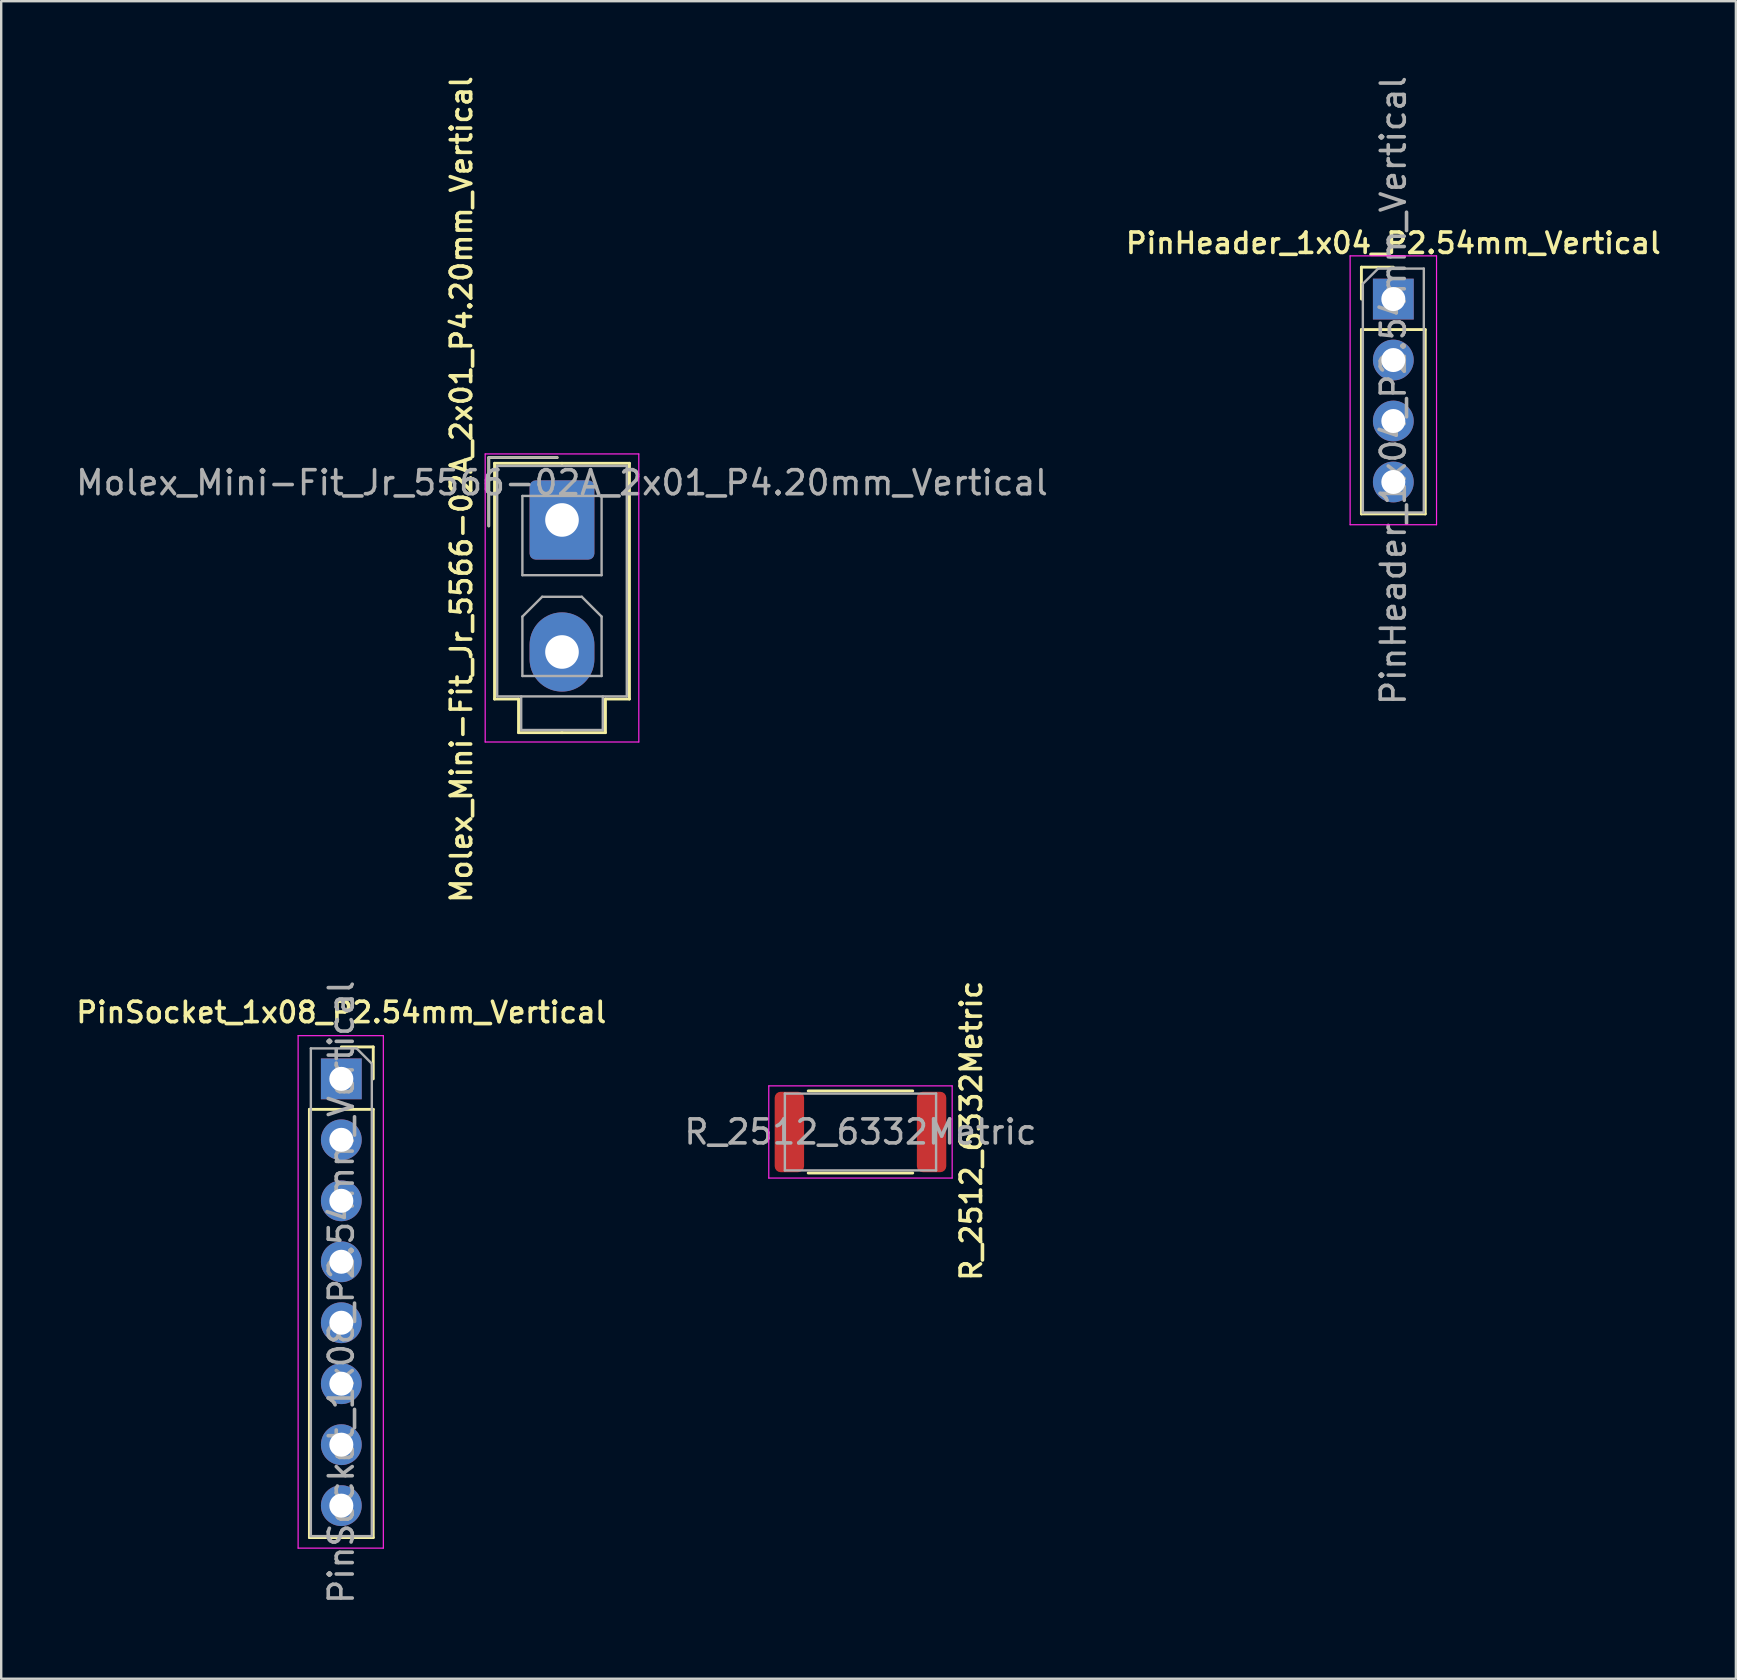
<source format=kicad_pcb>
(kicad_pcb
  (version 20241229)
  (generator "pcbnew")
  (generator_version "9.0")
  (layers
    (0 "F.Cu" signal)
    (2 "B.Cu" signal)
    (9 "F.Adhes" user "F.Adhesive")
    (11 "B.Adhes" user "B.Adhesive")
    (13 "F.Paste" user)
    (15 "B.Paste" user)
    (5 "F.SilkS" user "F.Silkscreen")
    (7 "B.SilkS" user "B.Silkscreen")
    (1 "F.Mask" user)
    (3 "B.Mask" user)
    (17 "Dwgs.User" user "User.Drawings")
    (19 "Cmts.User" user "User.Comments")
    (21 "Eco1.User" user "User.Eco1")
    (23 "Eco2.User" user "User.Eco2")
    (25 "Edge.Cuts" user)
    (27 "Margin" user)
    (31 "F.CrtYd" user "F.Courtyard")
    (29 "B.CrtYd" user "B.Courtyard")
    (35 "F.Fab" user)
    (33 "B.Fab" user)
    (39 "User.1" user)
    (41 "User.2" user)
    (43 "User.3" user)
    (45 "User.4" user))
  (footprint "R_2512_6332Metric"
    (layer "F.Cu")
    (at 32.798 44.109)
    (property "Reference" "R_2512_6332Metric" (at 4.615 -0.051 90) (layer "F.SilkS") (effects (font (size 0.85 0.85) (thickness 0.15))))
    (attr smd)
    (fp_line (start -2.177 -1.71) (end 2.177 -1.71) (stroke (width 0.12) (type solid)) (layer "F.SilkS"))
    (fp_line (start -2.177 1.71) (end 2.177 1.71) (stroke (width 0.12) (type solid)) (layer "F.SilkS"))
    (fp_line (start -3.82 -1.92) (end 3.82 -1.92) (stroke (width 0.05) (type solid)) (layer "F.CrtYd"))
    (fp_line (start -3.82 1.92) (end -3.82 -1.92) (stroke (width 0.05) (type solid)) (layer "F.CrtYd"))
    (fp_line (start 3.82 -1.92) (end 3.82 1.92) (stroke (width 0.05) (type solid)) (layer "F.CrtYd"))
    (fp_line (start 3.82 1.92) (end -3.82 1.92) (stroke (width 0.05) (type solid)) (layer "F.CrtYd"))
    (fp_line (start -3.15 -1.6) (end 3.15 -1.6) (stroke (width 0.1) (type solid)) (layer "F.Fab"))
    (fp_line (start -3.15 1.6) (end -3.15 -1.6) (stroke (width 0.1) (type solid)) (layer "F.Fab"))
    (fp_line (start 3.15 -1.6) (end 3.15 1.6) (stroke (width 0.1) (type solid)) (layer "F.Fab"))
    (fp_line (start 3.15 1.6) (end -3.15 1.6) (stroke (width 0.1) (type solid)) (layer "F.Fab"))
    (fp_text user "${REFERENCE}" (at 0 0 0) (layer "F.Fab") (effects (font (size 1 1) (thickness 0.15))))
    (pad "1" smd roundrect (at -2.962 0) (size 1.225 3.35) (layers "F.Cu" "F.Mask" "F.Paste") (roundrect_rratio 0.204))
    (pad "2" smd roundrect (at 2.962 0) (size 1.225 3.35) (layers "F.Cu" "F.Mask" "F.Paste") (roundrect_rratio 0.204)))
  (footprint "PinHeader_1x04_P2.54mm_Vertical"
    (layer "F.Cu")
    (at 54.997 9.41)
    (property "Reference" "PinHeader_1x04_P2.54mm_Vertical" (at 0 -2.33 0) (layer "F.SilkS") (effects (font (size 0.85 0.85) (thickness 0.15))))
    (attr through_hole)
    (fp_line (start -1.33 -1.33) (end 0 -1.33) (stroke (width 0.12) (type solid)) (layer "F.SilkS"))
    (fp_line (start -1.33 0) (end -1.33 -1.33) (stroke (width 0.12) (type solid)) (layer "F.SilkS"))
    (fp_line (start -1.33 1.27) (end -1.33 8.95) (stroke (width 0.12) (type solid)) (layer "F.SilkS"))
    (fp_line (start -1.33 1.27) (end 1.33 1.27) (stroke (width 0.12) (type solid)) (layer "F.SilkS"))
    (fp_line (start -1.33 8.95) (end 1.33 8.95) (stroke (width 0.12) (type solid)) (layer "F.SilkS"))
    (fp_line (start 1.33 1.27) (end 1.33 8.95) (stroke (width 0.12) (type solid)) (layer "F.SilkS"))
    (fp_line (start -1.8 -1.8) (end -1.8 9.4) (stroke (width 0.05) (type solid)) (layer "F.CrtYd"))
    (fp_line (start -1.8 9.4) (end 1.8 9.4) (stroke (width 0.05) (type solid)) (layer "F.CrtYd"))
    (fp_line (start 1.8 -1.8) (end -1.8 -1.8) (stroke (width 0.05) (type solid)) (layer "F.CrtYd"))
    (fp_line (start 1.8 9.4) (end 1.8 -1.8) (stroke (width 0.05) (type solid)) (layer "F.CrtYd"))
    (fp_line (start -1.27 -0.635) (end -0.635 -1.27) (stroke (width 0.1) (type solid)) (layer "F.Fab"))
    (fp_line (start -1.27 8.89) (end -1.27 -0.635) (stroke (width 0.1) (type solid)) (layer "F.Fab"))
    (fp_line (start -0.635 -1.27) (end 1.27 -1.27) (stroke (width 0.1) (type solid)) (layer "F.Fab"))
    (fp_line (start 1.27 -1.27) (end 1.27 8.89) (stroke (width 0.1) (type solid)) (layer "F.Fab"))
    (fp_line (start 1.27 8.89) (end -1.27 8.89) (stroke (width 0.1) (type solid)) (layer "F.Fab"))
    (fp_text user "${REFERENCE}" (at 0 3.81 90) (layer "F.Fab") (effects (font (size 1 1) (thickness 0.15))))
    (pad "1" thru_hole rect (at 0 0) (size 1.7 1.7) (drill 1) (layers "*.Cu" "*.Mask"))
    (pad "2" thru_hole oval (at 0 2.54) (size 1.7 1.7) (drill 1) (layers "*.Cu" "*.Mask"))
    (pad "3" thru_hole oval (at 0 5.08) (size 1.7 1.7) (drill 1) (layers "*.Cu" "*.Mask"))
    (pad "4" thru_hole oval (at 0 7.62) (size 1.7 1.7) (drill 1) (layers "*.Cu" "*.Mask")))
  (footprint "PinSocket_1x08_P2.54mm_Vertical"
    (layer "F.Cu")
    (at 11.17 41.896)
    (property "Reference" "PinSocket_1x08_P2.54mm_Vertical" (at 0 -2.77 0) (layer "F.SilkS") (effects (font (size 0.85 0.85) (thickness 0.15))))
    (attr through_hole)
    (fp_line (start -1.33 1.27) (end -1.33 19.11) (stroke (width 0.12) (type solid)) (layer "F.SilkS"))
    (fp_line (start -1.33 1.27) (end 1.33 1.27) (stroke (width 0.12) (type solid)) (layer "F.SilkS"))
    (fp_line (start -1.33 19.11) (end 1.33 19.11) (stroke (width 0.12) (type solid)) (layer "F.SilkS"))
    (fp_line (start 0 -1.33) (end 1.33 -1.33) (stroke (width 0.12) (type solid)) (layer "F.SilkS"))
    (fp_line (start 1.33 -1.33) (end 1.33 0) (stroke (width 0.12) (type solid)) (layer "F.SilkS"))
    (fp_line (start 1.33 1.27) (end 1.33 19.11) (stroke (width 0.12) (type solid)) (layer "F.SilkS"))
    (fp_line (start -1.8 -1.8) (end 1.75 -1.8) (stroke (width 0.05) (type solid)) (layer "F.CrtYd"))
    (fp_line (start -1.8 19.55) (end -1.8 -1.8) (stroke (width 0.05) (type solid)) (layer "F.CrtYd"))
    (fp_line (start 1.75 -1.8) (end 1.75 19.55) (stroke (width 0.05) (type solid)) (layer "F.CrtYd"))
    (fp_line (start 1.75 19.55) (end -1.8 19.55) (stroke (width 0.05) (type solid)) (layer "F.CrtYd"))
    (fp_line (start -1.27 -1.27) (end 0.635 -1.27) (stroke (width 0.1) (type solid)) (layer "F.Fab"))
    (fp_line (start -1.27 19.05) (end -1.27 -1.27) (stroke (width 0.1) (type solid)) (layer "F.Fab"))
    (fp_line (start 0.635 -1.27) (end 1.27 -0.635) (stroke (width 0.1) (type solid)) (layer "F.Fab"))
    (fp_line (start 1.27 -0.635) (end 1.27 19.05) (stroke (width 0.1) (type solid)) (layer "F.Fab"))
    (fp_line (start 1.27 19.05) (end -1.27 19.05) (stroke (width 0.1) (type solid)) (layer "F.Fab"))
    (fp_text user "${REFERENCE}" (at 0 8.89 270) (layer "F.Fab") (effects (font (size 1 1) (thickness 0.15))))
    (pad "1" thru_hole rect (at 0 0) (size 1.7 1.7) (drill 1) (layers "*.Cu" "*.Mask"))
    (pad "2" thru_hole oval (at 0 2.54) (size 1.7 1.7) (drill 1) (layers "*.Cu" "*.Mask"))
    (pad "3" thru_hole oval (at 0 5.08) (size 1.7 1.7) (drill 1) (layers "*.Cu" "*.Mask"))
    (pad "4" thru_hole oval (at 0 7.62) (size 1.7 1.7) (drill 1) (layers "*.Cu" "*.Mask"))
    (pad "5" thru_hole oval (at 0 10.16) (size 1.7 1.7) (drill 1) (layers "*.Cu" "*.Mask"))
    (pad "6" thru_hole oval (at 0 12.7) (size 1.7 1.7) (drill 1) (layers "*.Cu" "*.Mask"))
    (pad "7" thru_hole oval (at 0 15.24) (size 1.7 1.7) (drill 1) (layers "*.Cu" "*.Mask"))
    (pad "8" thru_hole oval (at 0 17.78) (size 1.7 1.7) (drill 1) (layers "*.Cu" "*.Mask")))
  (footprint "Molex_Mini-Fit_Jr_5566-02A_2x01_P4.20mm_Vertical"
    (layer "F.Cu")
    (at 20.363 18.612)
    (property "Reference" "Molex_Mini-Fit_Jr_5566-02A_2x01_P4.20mm_Vertical" (at -4.191 -1.27 90) (layer "F.SilkS") (effects (font (size 0.85 0.85) (thickness 0.15))))
    (attr through_hole)
    (fp_line (start -3.05 -2.6) (end -3.05 0.25) (stroke (width 0.12) (type solid)) (layer "F.SilkS"))
    (fp_line (start -2.81 -2.36) (end -2.81 7.46) (stroke (width 0.12) (type solid)) (layer "F.SilkS"))
    (fp_line (start -2.81 7.46) (end -1.81 7.46) (stroke (width 0.12) (type solid)) (layer "F.SilkS"))
    (fp_line (start -1.81 7.46) (end -1.81 8.86) (stroke (width 0.12) (type solid)) (layer "F.SilkS"))
    (fp_line (start -1.81 8.86) (end 0 8.86) (stroke (width 0.12) (type solid)) (layer "F.SilkS"))
    (fp_line (start -0.2 -2.6) (end -3.05 -2.6) (stroke (width 0.12) (type solid)) (layer "F.SilkS"))
    (fp_line (start 0 -2.36) (end -2.81 -2.36) (stroke (width 0.12) (type solid)) (layer "F.SilkS"))
    (fp_line (start 0 -2.36) (end 2.81 -2.36) (stroke (width 0.12) (type solid)) (layer "F.SilkS"))
    (fp_line (start 1.81 7.46) (end 1.81 8.86) (stroke (width 0.12) (type solid)) (layer "F.SilkS"))
    (fp_line (start 1.81 8.86) (end 0 8.86) (stroke (width 0.12) (type solid)) (layer "F.SilkS"))
    (fp_line (start 2.81 -2.36) (end 2.81 7.46) (stroke (width 0.12) (type solid)) (layer "F.SilkS"))
    (fp_line (start 2.81 7.46) (end 1.81 7.46) (stroke (width 0.12) (type solid)) (layer "F.SilkS"))
    (fp_line (start -3.2 -2.75) (end -3.2 9.25) (stroke (width 0.05) (type solid)) (layer "F.CrtYd"))
    (fp_line (start -3.2 9.25) (end 3.2 9.25) (stroke (width 0.05) (type solid)) (layer "F.CrtYd"))
    (fp_line (start 3.2 -2.75) (end -3.2 -2.75) (stroke (width 0.05) (type solid)) (layer "F.CrtYd"))
    (fp_line (start 3.2 9.25) (end 3.2 -2.75) (stroke (width 0.05) (type solid)) (layer "F.CrtYd"))
    (fp_line (start -3.05 -2.6) (end -3.05 0.25) (stroke (width 0.1) (type solid)) (layer "F.Fab"))
    (fp_line (start -2.7 -2.25) (end -2.7 7.35) (stroke (width 0.1) (type solid)) (layer "F.Fab"))
    (fp_line (start -2.7 7.35) (end 2.7 7.35) (stroke (width 0.1) (type solid)) (layer "F.Fab"))
    (fp_line (start -1.7 7.35) (end -1.7 8.75) (stroke (width 0.1) (type solid)) (layer "F.Fab"))
    (fp_line (start -1.7 8.75) (end 1.7 8.75) (stroke (width 0.1) (type solid)) (layer "F.Fab"))
    (fp_line (start -1.65 -1) (end -1.65 2.3) (stroke (width 0.1) (type solid)) (layer "F.Fab"))
    (fp_line (start -1.65 2.3) (end 1.65 2.3) (stroke (width 0.1) (type solid)) (layer "F.Fab"))
    (fp_line (start -1.65 4.025) (end -0.825 3.2) (stroke (width 0.1) (type solid)) (layer "F.Fab"))
    (fp_line (start -1.65 6.5) (end -1.65 4.025) (stroke (width 0.1) (type solid)) (layer "F.Fab"))
    (fp_line (start -0.825 3.2) (end 0.825 3.2) (stroke (width 0.1) (type solid)) (layer "F.Fab"))
    (fp_line (start -0.2 -2.6) (end -3.05 -2.6) (stroke (width 0.1) (type solid)) (layer "F.Fab"))
    (fp_line (start 0.825 3.2) (end 1.65 4.025) (stroke (width 0.1) (type solid)) (layer "F.Fab"))
    (fp_line (start 1.65 -1) (end -1.65 -1) (stroke (width 0.1) (type solid)) (layer "F.Fab"))
    (fp_line (start 1.65 2.3) (end 1.65 -1) (stroke (width 0.1) (type solid)) (layer "F.Fab"))
    (fp_line (start 1.65 4.025) (end 1.65 6.5) (stroke (width 0.1) (type solid)) (layer "F.Fab"))
    (fp_line (start 1.65 6.5) (end -1.65 6.5) (stroke (width 0.1) (type solid)) (layer "F.Fab"))
    (fp_line (start 1.7 8.75) (end 1.7 7.35) (stroke (width 0.1) (type solid)) (layer "F.Fab"))
    (fp_line (start 2.7 -2.25) (end -2.7 -2.25) (stroke (width 0.1) (type solid)) (layer "F.Fab"))
    (fp_line (start 2.7 7.35) (end 2.7 -2.25) (stroke (width 0.1) (type solid)) (layer "F.Fab"))
    (fp_text user "${REFERENCE}" (at 0 -1.55 0) (layer "F.Fab") (effects (font (size 1 1) (thickness 0.15))))
    (pad "1" thru_hole roundrect (at 0 0) (size 2.7 3.3) (drill 1.4) (layers "*.Cu" "*.Mask") (roundrect_rratio 0.093))
    (pad "2" thru_hole oval (at 0 5.5) (size 2.7 3.3) (drill 1.4) (layers "*.Cu" "*.Mask")))
  (gr_rect
    (start -3 -3)
    (end 69.268 66.887)
    (stroke (width 0.1) (type default))
    (fill no)
    (layer "Edge.Cuts")))
</source>
